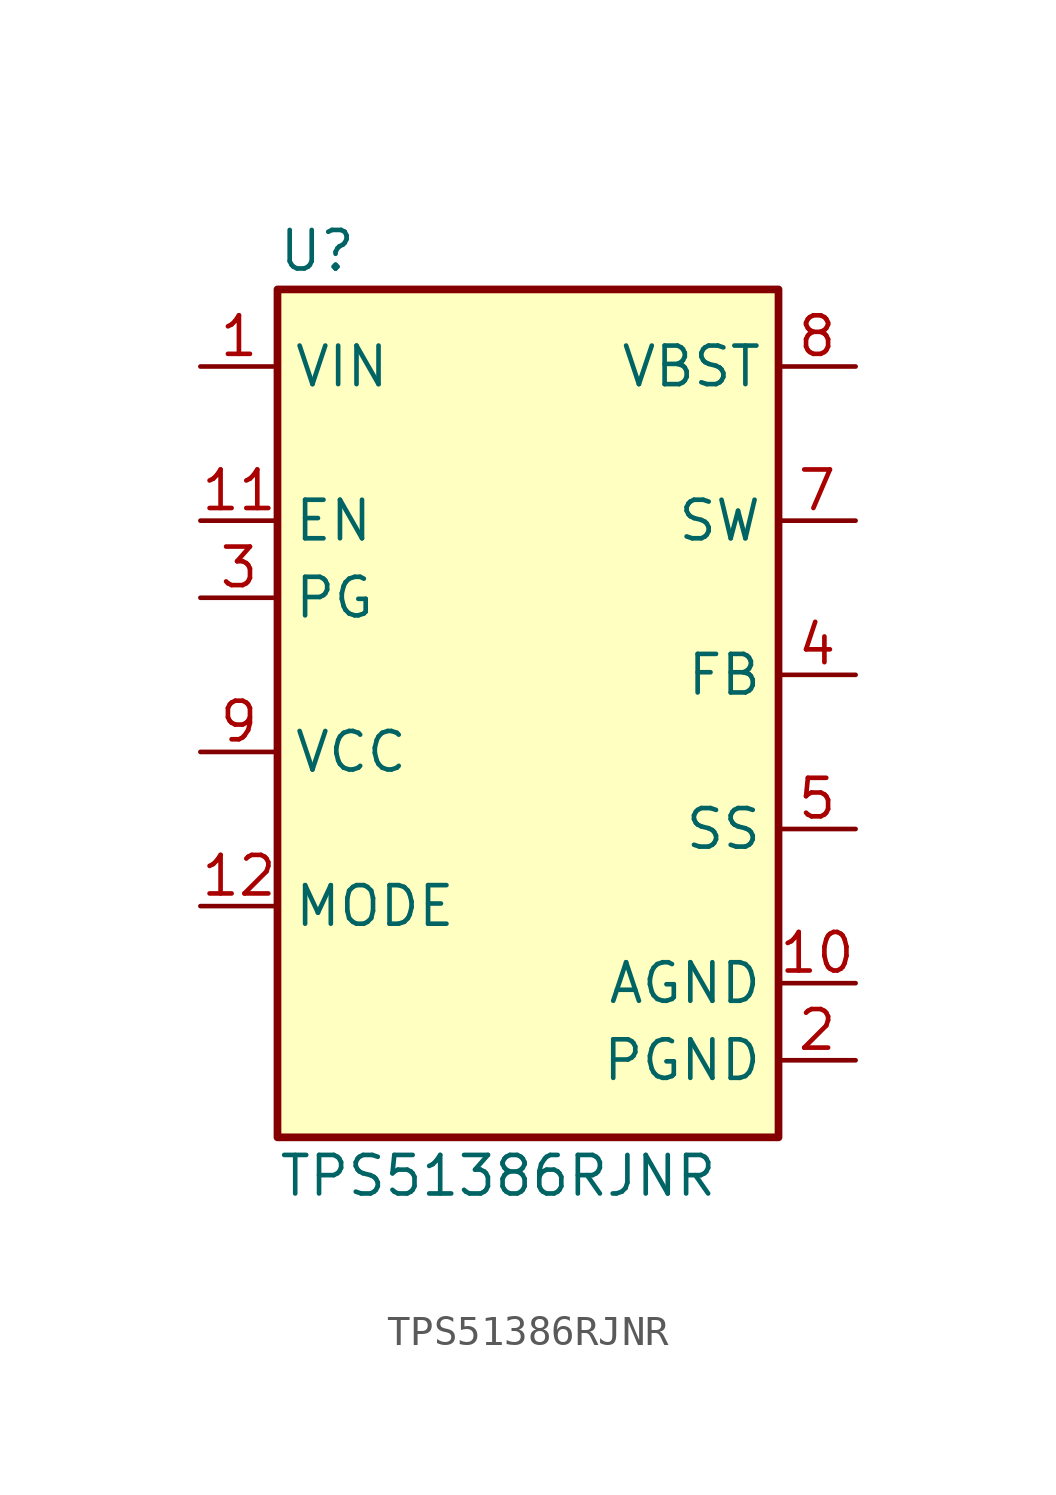
<source format=kicad_sym>
(kicad_symbol_lib
  (version 20220914)
  (generator kicad_symbol_editor)
  (symbol "TPS51386RJNR"
    (property "Reference" "U"
      (at -7.62 15.24 0)
      (effects (font (size 1.27 1.27)) (justify left)))
    (property "Value" "TPS51386RJNR"
      (at -7.62 -15.24 0)
      (effects (font (size 1.27 1.27)) (justify left)))
    (symbol "TPS51386RJNR_1_0"
      (pin power_in line (at -10.16 11.43 0) (length 2.54) (name "VIN" (effects (font (size 1.27 1.27)))) (number "1" (effects (font (size 1.27 1.27)))))
      (pin power_in line (at 11.43 -8.89 180) (length 2.54) (name "AGND" (effects (font (size 1.27 1.27)))) (number "10" (effects (font (size 1.27 1.27)))))
      (pin input line (at -10.16 6.35 0) (length 2.54) (name "EN" (effects (font (size 1.27 1.27)))) (number "11" (effects (font (size 1.27 1.27)))))
      (pin input line (at -10.16 -6.35 0) (length 2.54) (name "MODE" (effects (font (size 1.27 1.27)))) (number "12" (effects (font (size 1.27 1.27)))))
      (pin power_in line (at 11.43 -11.43 180) (length 2.54) (name "PGND" (effects (font (size 1.27 1.27)))) (number "2" (effects (font (size 1.27 1.27)))))
      (pin output line (at -10.16 3.81 0) (length 2.54) (name "PG" (effects (font (size 1.27 1.27)))) (number "3" (effects (font (size 1.27 1.27)))))
      (pin input line (at 11.43 1.27 180) (length 2.54) (name "FB" (effects (font (size 1.27 1.27)))) (number "4" (effects (font (size 1.27 1.27)))))
      (pin output line (at 11.43 -3.81 180) (length 2.54) (name "SS" (effects (font (size 1.27 1.27)))) (number "5" (effects (font (size 1.27 1.27)))))
      (pin no_connect line (at -10.16 -11.43 0) (length 2.54) hide (name "NC" (effects (font (size 1.27 1.27)))) (number "6" (effects (font (size 1.27 1.27)))))
      (pin output line (at 11.43 6.35 180) (length 2.54) (name "SW" (effects (font (size 1.27 1.27)))) (number "7" (effects (font (size 1.27 1.27)))))
      (pin power_in line (at 11.43 11.43 180) (length 2.54) (name "VBST" (effects (font (size 1.27 1.27)))) (number "8" (effects (font (size 1.27 1.27)))))
      (pin power_out line (at -10.16 -1.27 0) (length 2.54) (name "VCC" (effects (font (size 1.27 1.27)))) (number "9" (effects (font (size 1.27 1.27))))))
    (symbol "TPS51386RJNR_1_1"
      (rectangle (start -7.62 13.97) (end 8.89 -13.97) (stroke (width 0.254) (type default)) (fill (type background))))))
</source>
